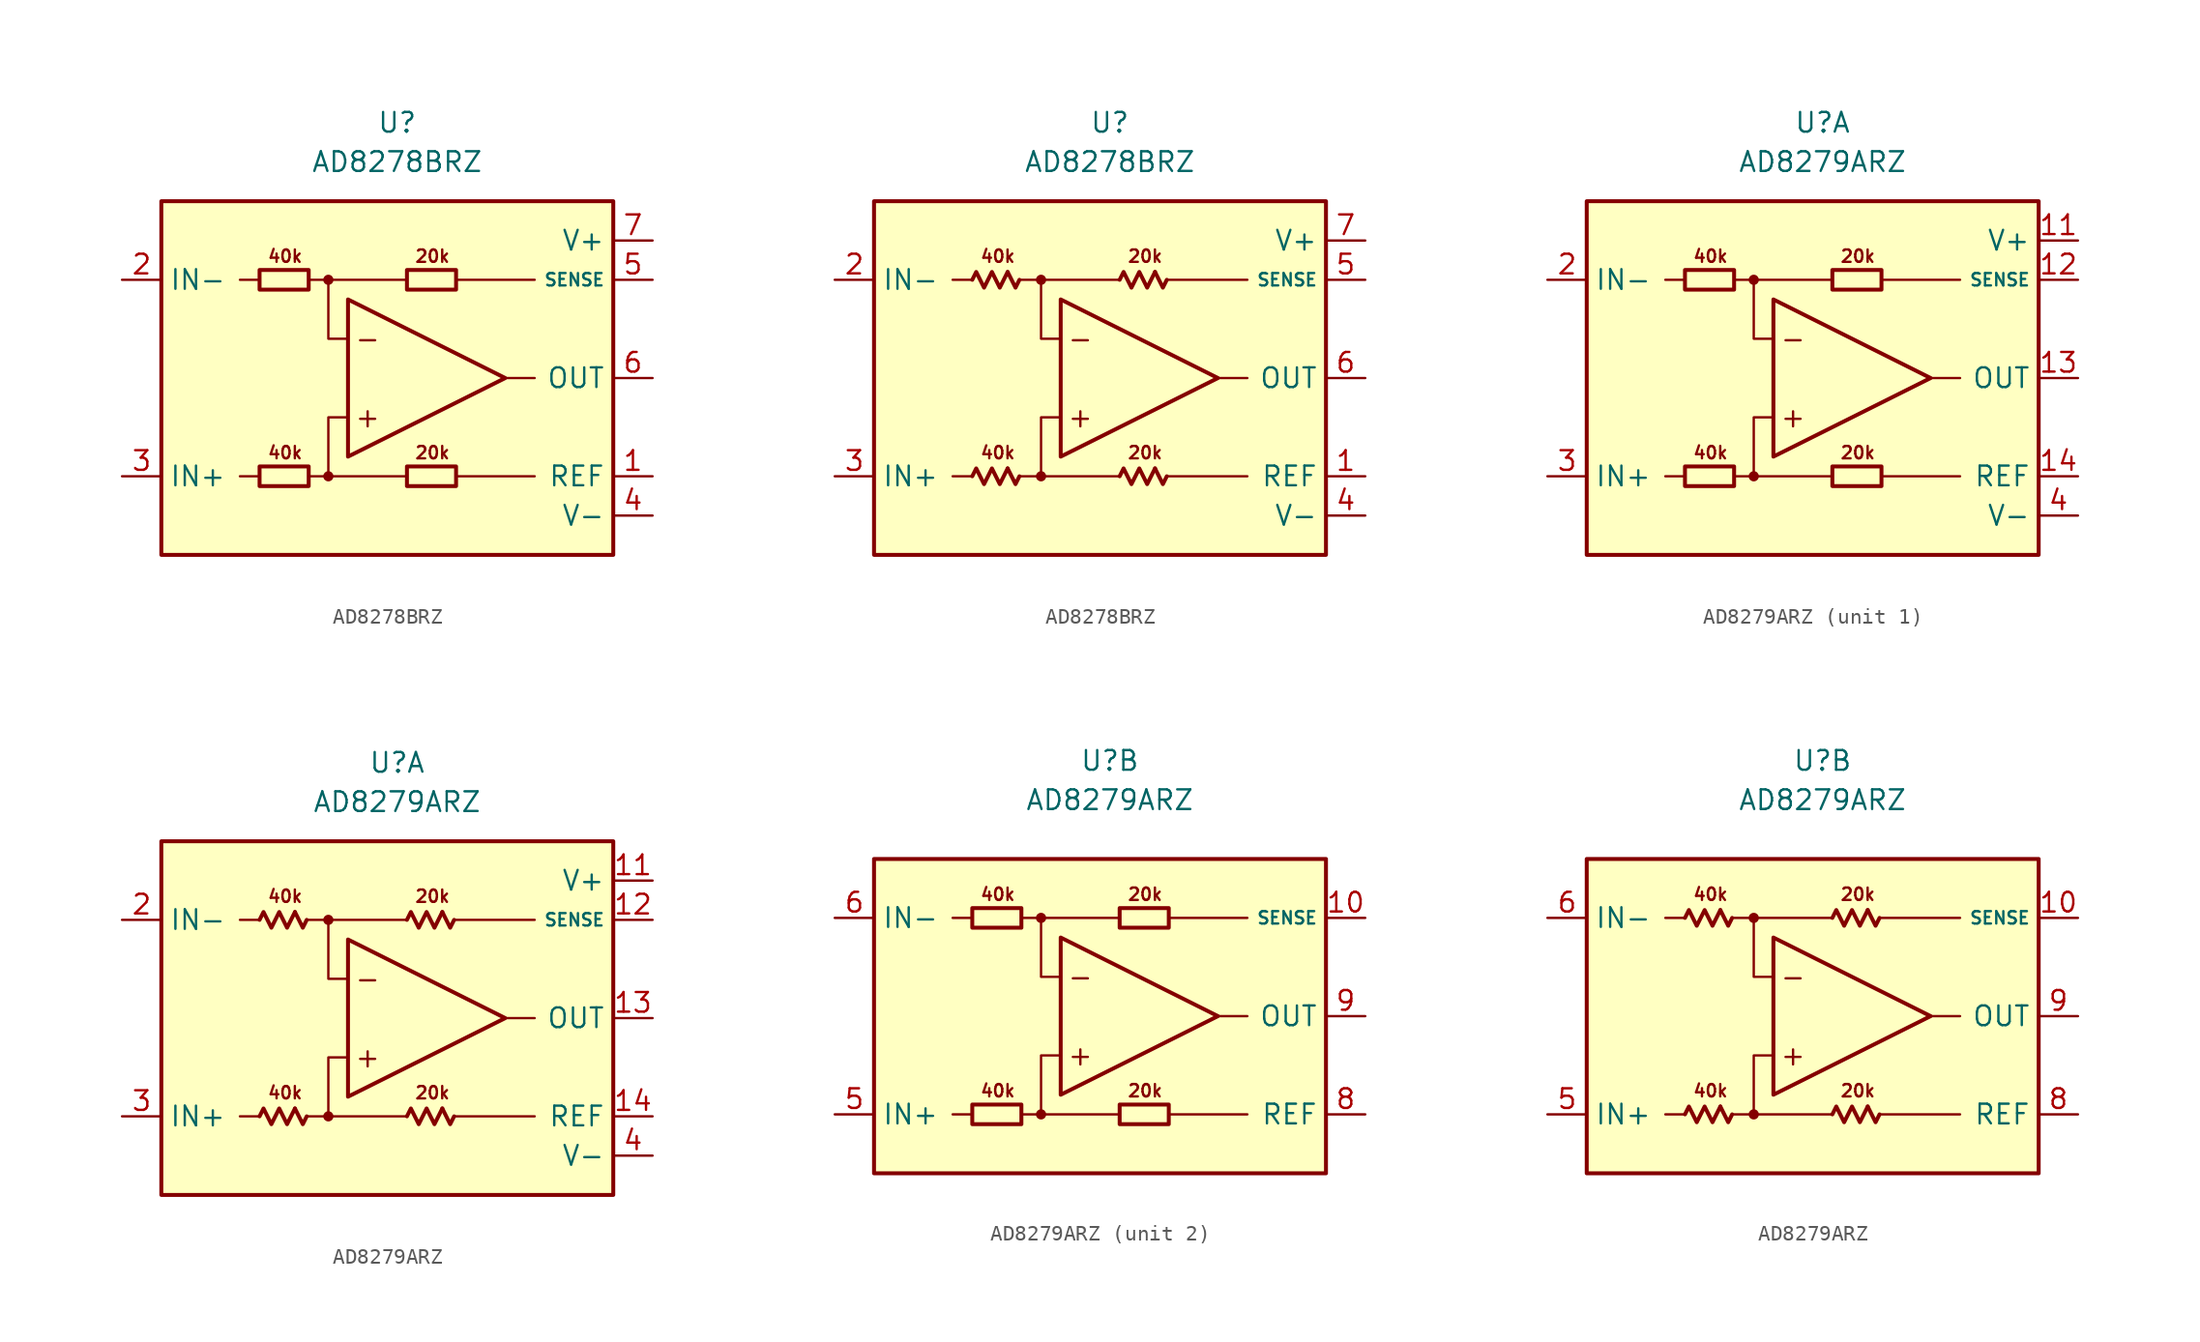
<source format=kicad_sym>
(kicad_symbol_lib
  (version 20231120)
  (generator "kicad_symbol_editor")
  (generator_version "8.0")
  (symbol "AD8278BRZ"
    (property "Reference" "U"
      (at 0 16.51 0)
      (effects (font (size 1.27 1.27))))
    (property "Value" "AD8278BRZ"
      (at 0 13.97 0)
      (effects (font (size 1.27 1.27))))
    (symbol "AD8278BRZ_0_0"
      (rectangle (start -15.24 11.43) (end 13.97 -11.43) (stroke (width 0.254) (type default)) (fill (type background)))
      (circle (center -4.445 -6.35) (radius 0.254) (stroke (width 0.152) (type default)) (fill (type outline)))
      (circle (center -4.445 6.35) (radius 0.254) (stroke (width 0.152) (type default)) (fill (type outline)))
      (polyline (pts (xy -8.89 -6.35) (xy -10.16 -6.35)) (stroke (width 0.152) (type default)) (fill (type none)))
      (polyline (pts (xy -8.89 6.35) (xy -10.16 6.35)) (stroke (width 0.152) (type default)) (fill (type none)))
      (polyline (pts (xy -4.445 6.35) (xy 0.635 6.35)) (stroke (width 0.152) (type default)) (fill (type none)))
      (polyline (pts (xy 0.635 -6.35) (xy -4.445 -6.35)) (stroke (width 0.152) (type default)) (fill (type none)))
      (polyline (pts (xy 3.81 -6.35) (xy 8.89 -6.35)) (stroke (width 0.152) (type default)) (fill (type none)))
      (polyline (pts (xy 3.81 6.35) (xy 8.89 6.35)) (stroke (width 0.152) (type default)) (fill (type none)))
      (polyline (pts (xy 6.985 0) (xy 8.89 0)) (stroke (width 0.152) (type default)) (fill (type none)))
      (polyline (pts (xy -5.715 -6.35) (xy -4.445 -6.35) (xy -4.445 -2.54) (xy -3.175 -2.54)) (stroke (width 0.152) (type default)) (fill (type none)))
      (polyline (pts (xy -3.175 2.54) (xy -4.445 2.54) (xy -4.445 6.35) (xy -5.715 6.35)) (stroke (width 0.152) (type default)) (fill (type none)))
      (polyline (pts (xy -3.175 5.08) (xy -3.175 -5.08) (xy 6.985 0) (xy -3.175 5.08)) (stroke (width 0.254) (type default)) (fill (type none)))
      (text "+" (at -1.905 -2.54 0) (effects (font (size 1.27 1.27))))
      (text "-" (at -1.905 2.54 0) (effects (font (size 1.27 1.27))))
      (text "20k" (at 2.286 -4.826 0) (effects (font (size 0.8 0.8))))
      (text "20k" (at 2.286 7.874 0) (effects (font (size 0.8 0.8))))
      (text "40k" (at -7.239 -4.826 0) (effects (font (size 0.8 0.8))))
      (text "40k" (at -7.239 7.874 0) (effects (font (size 0.8 0.8)))))
    (symbol "AD8278BRZ_0_1"
      (rectangle (start -8.89 -5.715) (end -5.715 -6.985) (stroke (width 0.254) (type default)) (fill (type none)))
      (rectangle (start -8.89 6.985) (end -5.715 5.715) (stroke (width 0.254) (type default)) (fill (type none)))
      (rectangle (start 0.635 -5.715) (end 3.81 -6.985) (stroke (width 0.254) (type default)) (fill (type none)))
      (rectangle (start 0.635 6.985) (end 3.81 5.715) (stroke (width 0.254) (type default)) (fill (type none))))
    (symbol "AD8278BRZ_0_2"
      (polyline (pts (xy -6.604 -5.842) (xy -6.096 -6.858) (xy -5.842 -6.35)) (stroke (width 0.254) (type default)) (fill (type none)))
      (polyline (pts (xy -6.604 6.858) (xy -6.096 5.842) (xy -5.842 6.35)) (stroke (width 0.254) (type default)) (fill (type none)))
      (polyline (pts (xy 2.921 -5.842) (xy 3.429 -6.858) (xy 3.683 -6.35)) (stroke (width 0.254) (type default)) (fill (type none)))
      (polyline (pts (xy 2.921 6.858) (xy 3.429 5.842) (xy 3.683 6.35)) (stroke (width 0.254) (type default)) (fill (type none)))
      (polyline (pts (xy -8.89 -6.35) (xy -8.636 -5.842) (xy -8.128 -6.858) (xy -7.62 -5.842) (xy -7.112 -6.858) (xy -6.604 -5.842)) (stroke (width 0.254) (type default)) (fill (type none)))
      (polyline (pts (xy -8.89 6.35) (xy -8.636 6.858) (xy -8.128 5.842) (xy -7.62 6.858) (xy -7.112 5.842) (xy -6.604 6.858)) (stroke (width 0.254) (type default)) (fill (type none)))
      (polyline (pts (xy 0.635 -6.35) (xy 0.889 -5.842) (xy 1.397 -6.858) (xy 1.905 -5.842) (xy 2.413 -6.858) (xy 2.921 -5.842)) (stroke (width 0.254) (type default)) (fill (type none)))
      (polyline (pts (xy 0.635 6.35) (xy 0.889 6.858) (xy 1.397 5.842) (xy 1.905 6.858) (xy 2.413 5.842) (xy 2.921 6.858)) (stroke (width 0.254) (type default)) (fill (type none))))
    (symbol "AD8278BRZ_1_1"
      (pin input line (at 16.51 -6.35 180) (length 2.54) (name "REF" (effects (font (size 1.27 1.27)))) (number "1" (effects (font (size 1.27 1.27)))))
      (pin input line (at -17.78 6.35 0) (length 2.54) (name "IN-" (effects (font (size 1.27 1.27)))) (number "2" (effects (font (size 1.27 1.27)))))
      (pin input line (at -17.78 -6.35 0) (length 2.54) (name "IN+" (effects (font (size 1.27 1.27)))) (number "3" (effects (font (size 1.27 1.27)))))
      (pin power_in line (at 16.51 -8.89 180) (length 2.54) (name "V-" (effects (font (size 1.27 1.27)))) (number "4" (effects (font (size 1.27 1.27)))))
      (pin input line (at 16.51 6.35 180) (length 2.54) (name "SENSE" (effects (font (size 0.8 0.8)))) (number "5" (effects (font (size 1.27 1.27)))))
      (pin output line (at 16.51 0 180) (length 2.54) (name "OUT" (effects (font (size 1.27 1.27)))) (number "6" (effects (font (size 1.27 1.27)))))
      (pin power_in line (at 16.51 8.89 180) (length 2.54) (name "V+" (effects (font (size 1.27 1.27)))) (number "7" (effects (font (size 1.27 1.27)))))
      (pin free line (at -10.16 0 0) (length 2.54) hide (name "NC" (effects (font (size 1.27 1.27)))) (number "8" (effects (font (size 1.27 1.27))))))
    (symbol "AD8278BRZ_1_2"
      (pin input line (at 16.51 -6.35 180) (length 2.54) (name "REF" (effects (font (size 1.27 1.27)))) (number "1" (effects (font (size 1.27 1.27)))))
      (pin input line (at -17.78 6.35 0) (length 2.54) (name "IN-" (effects (font (size 1.27 1.27)))) (number "2" (effects (font (size 1.27 1.27)))))
      (pin input line (at -17.78 -6.35 0) (length 2.54) (name "IN+" (effects (font (size 1.27 1.27)))) (number "3" (effects (font (size 1.27 1.27)))))
      (pin power_in line (at 16.51 -8.89 180) (length 2.54) (name "V-" (effects (font (size 1.27 1.27)))) (number "4" (effects (font (size 1.27 1.27)))))
      (pin input line (at 16.51 6.35 180) (length 2.54) (name "SENSE" (effects (font (size 0.8 0.8)))) (number "5" (effects (font (size 1.27 1.27)))))
      (pin output line (at 16.51 0 180) (length 2.54) (name "OUT" (effects (font (size 1.27 1.27)))) (number "6" (effects (font (size 1.27 1.27)))))
      (pin power_in line (at 16.51 8.89 180) (length 2.54) (name "V+" (effects (font (size 1.27 1.27)))) (number "7" (effects (font (size 1.27 1.27)))))
      (pin free line (at -10.16 0 0) (length 2.54) hide (name "NC" (effects (font (size 1.27 1.27)))) (number "8" (effects (font (size 1.27 1.27)))))))
  (symbol "AD8279ARZ"
    (property "Reference" "U"
      (at 0 16.51 0)
      (effects (font (size 1.27 1.27))))
    (property "Value" "AD8279ARZ"
      (at 0 13.97 0)
      (effects (font (size 1.27 1.27))))
    (property "ki_locked" ""
      (at 0 0 0)
      (effects (font (size 1.27 1.27))))
    (symbol "AD8279ARZ_0_0"
      (circle (center -4.445 -6.35) (radius 0.254) (stroke (width 0.152) (type default)) (fill (type outline)))
      (circle (center -4.445 6.35) (radius 0.254) (stroke (width 0.152) (type default)) (fill (type outline)))
      (polyline (pts (xy -8.89 -6.35) (xy -10.16 -6.35)) (stroke (width 0.152) (type default)) (fill (type none)))
      (polyline (pts (xy -8.89 6.35) (xy -10.16 6.35)) (stroke (width 0.152) (type default)) (fill (type none)))
      (polyline (pts (xy -4.445 6.35) (xy 0.635 6.35)) (stroke (width 0.152) (type default)) (fill (type none)))
      (polyline (pts (xy 0.635 -6.35) (xy -4.445 -6.35)) (stroke (width 0.152) (type default)) (fill (type none)))
      (polyline (pts (xy 3.81 -6.35) (xy 8.89 -6.35)) (stroke (width 0.152) (type default)) (fill (type none)))
      (polyline (pts (xy 3.81 6.35) (xy 8.89 6.35)) (stroke (width 0.152) (type default)) (fill (type none)))
      (polyline (pts (xy 6.985 0) (xy 8.89 0)) (stroke (width 0.152) (type default)) (fill (type none)))
      (polyline (pts (xy -5.715 -6.35) (xy -4.445 -6.35) (xy -4.445 -2.54) (xy -3.175 -2.54)) (stroke (width 0.152) (type default)) (fill (type none)))
      (polyline (pts (xy -3.175 2.54) (xy -4.445 2.54) (xy -4.445 6.35) (xy -5.715 6.35)) (stroke (width 0.152) (type default)) (fill (type none)))
      (polyline (pts (xy -3.175 5.08) (xy -3.175 -5.08) (xy 6.985 0) (xy -3.175 5.08)) (stroke (width 0.254) (type default)) (fill (type none)))
      (text "+" (at -1.905 -2.54 0) (effects (font (size 1.27 1.27))))
      (text "-" (at -1.905 2.54 0) (effects (font (size 1.27 1.27))))
      (text "20k" (at 2.286 -4.826 0) (effects (font (size 0.8 0.8))))
      (text "20k" (at 2.286 7.874 0) (effects (font (size 0.8 0.8))))
      (text "40k" (at -7.239 -4.826 0) (effects (font (size 0.8 0.8))))
      (text "40k" (at -7.239 7.874 0) (effects (font (size 0.8 0.8)))))
    (symbol "AD8279ARZ_0_1"
      (rectangle (start -8.89 -5.715) (end -5.715 -6.985) (stroke (width 0.254) (type default)) (fill (type none)))
      (rectangle (start -8.89 6.985) (end -5.715 5.715) (stroke (width 0.254) (type default)) (fill (type none)))
      (rectangle (start 0.635 -5.715) (end 3.81 -6.985) (stroke (width 0.254) (type default)) (fill (type none)))
      (rectangle (start 0.635 6.985) (end 3.81 5.715) (stroke (width 0.254) (type default)) (fill (type none))))
    (symbol "AD8279ARZ_0_2"
      (polyline (pts (xy -6.604 -5.842) (xy -6.096 -6.858) (xy -5.842 -6.35)) (stroke (width 0.254) (type default)) (fill (type none)))
      (polyline (pts (xy -6.604 6.858) (xy -6.096 5.842) (xy -5.842 6.35)) (stroke (width 0.254) (type default)) (fill (type none)))
      (polyline (pts (xy 2.921 -5.842) (xy 3.429 -6.858) (xy 3.683 -6.35)) (stroke (width 0.254) (type default)) (fill (type none)))
      (polyline (pts (xy 2.921 6.858) (xy 3.429 5.842) (xy 3.683 6.35)) (stroke (width 0.254) (type default)) (fill (type none)))
      (polyline (pts (xy -8.89 -6.35) (xy -8.636 -5.842) (xy -8.128 -6.858) (xy -7.62 -5.842) (xy -7.112 -6.858) (xy -6.604 -5.842)) (stroke (width 0.254) (type default)) (fill (type none)))
      (polyline (pts (xy -8.89 6.35) (xy -8.636 6.858) (xy -8.128 5.842) (xy -7.62 6.858) (xy -7.112 5.842) (xy -6.604 6.858)) (stroke (width 0.254) (type default)) (fill (type none)))
      (polyline (pts (xy 0.635 -6.35) (xy 0.889 -5.842) (xy 1.397 -6.858) (xy 1.905 -5.842) (xy 2.413 -6.858) (xy 2.921 -5.842)) (stroke (width 0.254) (type default)) (fill (type none)))
      (polyline (pts (xy 0.635 6.35) (xy 0.889 6.858) (xy 1.397 5.842) (xy 1.905 6.858) (xy 2.413 5.842) (xy 2.921 6.858)) (stroke (width 0.254) (type default)) (fill (type none))))
    (symbol "AD8279ARZ_1_0"
      (rectangle (start -15.24 11.43) (end 13.97 -11.43) (stroke (width 0.254) (type default)) (fill (type background))))
    (symbol "AD8279ARZ_1_1"
      (pin free line (at -10.16 1.27 0) (length 2.54) hide (name "NC" (effects (font (size 1.27 1.27)))) (number "1" (effects (font (size 1.27 1.27)))))
      (pin power_in line (at 16.51 8.89 180) (length 2.54) (name "V+" (effects (font (size 1.27 1.27)))) (number "11" (effects (font (size 1.27 1.27)))))
      (pin input line (at 16.51 6.35 180) (length 2.54) (name "SENSE" (effects (font (size 0.8 0.8)))) (number "12" (effects (font (size 1.27 1.27)))))
      (pin output line (at 16.51 0 180) (length 2.54) (name "OUT" (effects (font (size 1.27 1.27)))) (number "13" (effects (font (size 1.27 1.27)))))
      (pin input line (at 16.51 -6.35 180) (length 2.54) (name "REF" (effects (font (size 1.27 1.27)))) (number "14" (effects (font (size 1.27 1.27)))))
      (pin input line (at -17.78 6.35 0) (length 2.54) (name "IN-" (effects (font (size 1.27 1.27)))) (number "2" (effects (font (size 1.27 1.27)))))
      (pin input line (at -17.78 -6.35 0) (length 2.54) (name "IN+" (effects (font (size 1.27 1.27)))) (number "3" (effects (font (size 1.27 1.27)))))
      (pin power_in line (at 16.51 -8.89 180) (length 2.54) (name "V-" (effects (font (size 1.27 1.27)))) (number "4" (effects (font (size 1.27 1.27)))))
      (pin free line (at -10.16 -1.27 0) (length 2.54) hide (name "NC" (effects (font (size 1.27 1.27)))) (number "7" (effects (font (size 1.27 1.27))))))
    (symbol "AD8279ARZ_1_2"
      (pin free line (at -10.16 1.27 0) (length 2.54) hide (name "NC" (effects (font (size 1.27 1.27)))) (number "1" (effects (font (size 1.27 1.27)))))
      (pin power_in line (at 16.51 8.89 180) (length 2.54) (name "V+" (effects (font (size 1.27 1.27)))) (number "11" (effects (font (size 1.27 1.27)))))
      (pin input line (at 16.51 6.35 180) (length 2.54) (name "SENSE" (effects (font (size 0.8 0.8)))) (number "12" (effects (font (size 1.27 1.27)))))
      (pin output line (at 16.51 0 180) (length 2.54) (name "OUT" (effects (font (size 1.27 1.27)))) (number "13" (effects (font (size 1.27 1.27)))))
      (pin input line (at 16.51 -6.35 180) (length 2.54) (name "REF" (effects (font (size 1.27 1.27)))) (number "14" (effects (font (size 1.27 1.27)))))
      (pin input line (at -17.78 6.35 0) (length 2.54) (name "IN-" (effects (font (size 1.27 1.27)))) (number "2" (effects (font (size 1.27 1.27)))))
      (pin input line (at -17.78 -6.35 0) (length 2.54) (name "IN+" (effects (font (size 1.27 1.27)))) (number "3" (effects (font (size 1.27 1.27)))))
      (pin power_in line (at 16.51 -8.89 180) (length 2.54) (name "V-" (effects (font (size 1.27 1.27)))) (number "4" (effects (font (size 1.27 1.27)))))
      (pin free line (at -10.16 -1.27 0) (length 2.54) hide (name "NC" (effects (font (size 1.27 1.27)))) (number "7" (effects (font (size 1.27 1.27))))))
    (symbol "AD8279ARZ_2_0"
      (rectangle (start -15.24 10.16) (end 13.97 -10.16) (stroke (width 0.254) (type default)) (fill (type background))))
    (symbol "AD8279ARZ_2_1"
      (pin input line (at 16.51 6.35 180) (length 2.54) (name "SENSE" (effects (font (size 0.8 0.8)))) (number "10" (effects (font (size 1.27 1.27)))))
      (pin input line (at -17.78 -6.35 0) (length 2.54) (name "IN+" (effects (font (size 1.27 1.27)))) (number "5" (effects (font (size 1.27 1.27)))))
      (pin input line (at -17.78 6.35 0) (length 2.54) (name "IN-" (effects (font (size 1.27 1.27)))) (number "6" (effects (font (size 1.27 1.27)))))
      (pin input line (at 16.51 -6.35 180) (length 2.54) (name "REF" (effects (font (size 1.27 1.27)))) (number "8" (effects (font (size 1.27 1.27)))))
      (pin output line (at 16.51 0 180) (length 2.54) (name "OUT" (effects (font (size 1.27 1.27)))) (number "9" (effects (font (size 1.27 1.27))))))
    (symbol "AD8279ARZ_2_2"
      (pin input line (at 16.51 6.35 180) (length 2.54) (name "SENSE" (effects (font (size 0.8 0.8)))) (number "10" (effects (font (size 1.27 1.27)))))
      (pin input line (at -17.78 -6.35 0) (length 2.54) (name "IN+" (effects (font (size 1.27 1.27)))) (number "5" (effects (font (size 1.27 1.27)))))
      (pin input line (at -17.78 6.35 0) (length 2.54) (name "IN-" (effects (font (size 1.27 1.27)))) (number "6" (effects (font (size 1.27 1.27)))))
      (pin input line (at 16.51 -6.35 180) (length 2.54) (name "REF" (effects (font (size 1.27 1.27)))) (number "8" (effects (font (size 1.27 1.27)))))
      (pin output line (at 16.51 0 180) (length 2.54) (name "OUT" (effects (font (size 1.27 1.27)))) (number "9" (effects (font (size 1.27 1.27))))))))
</source>
